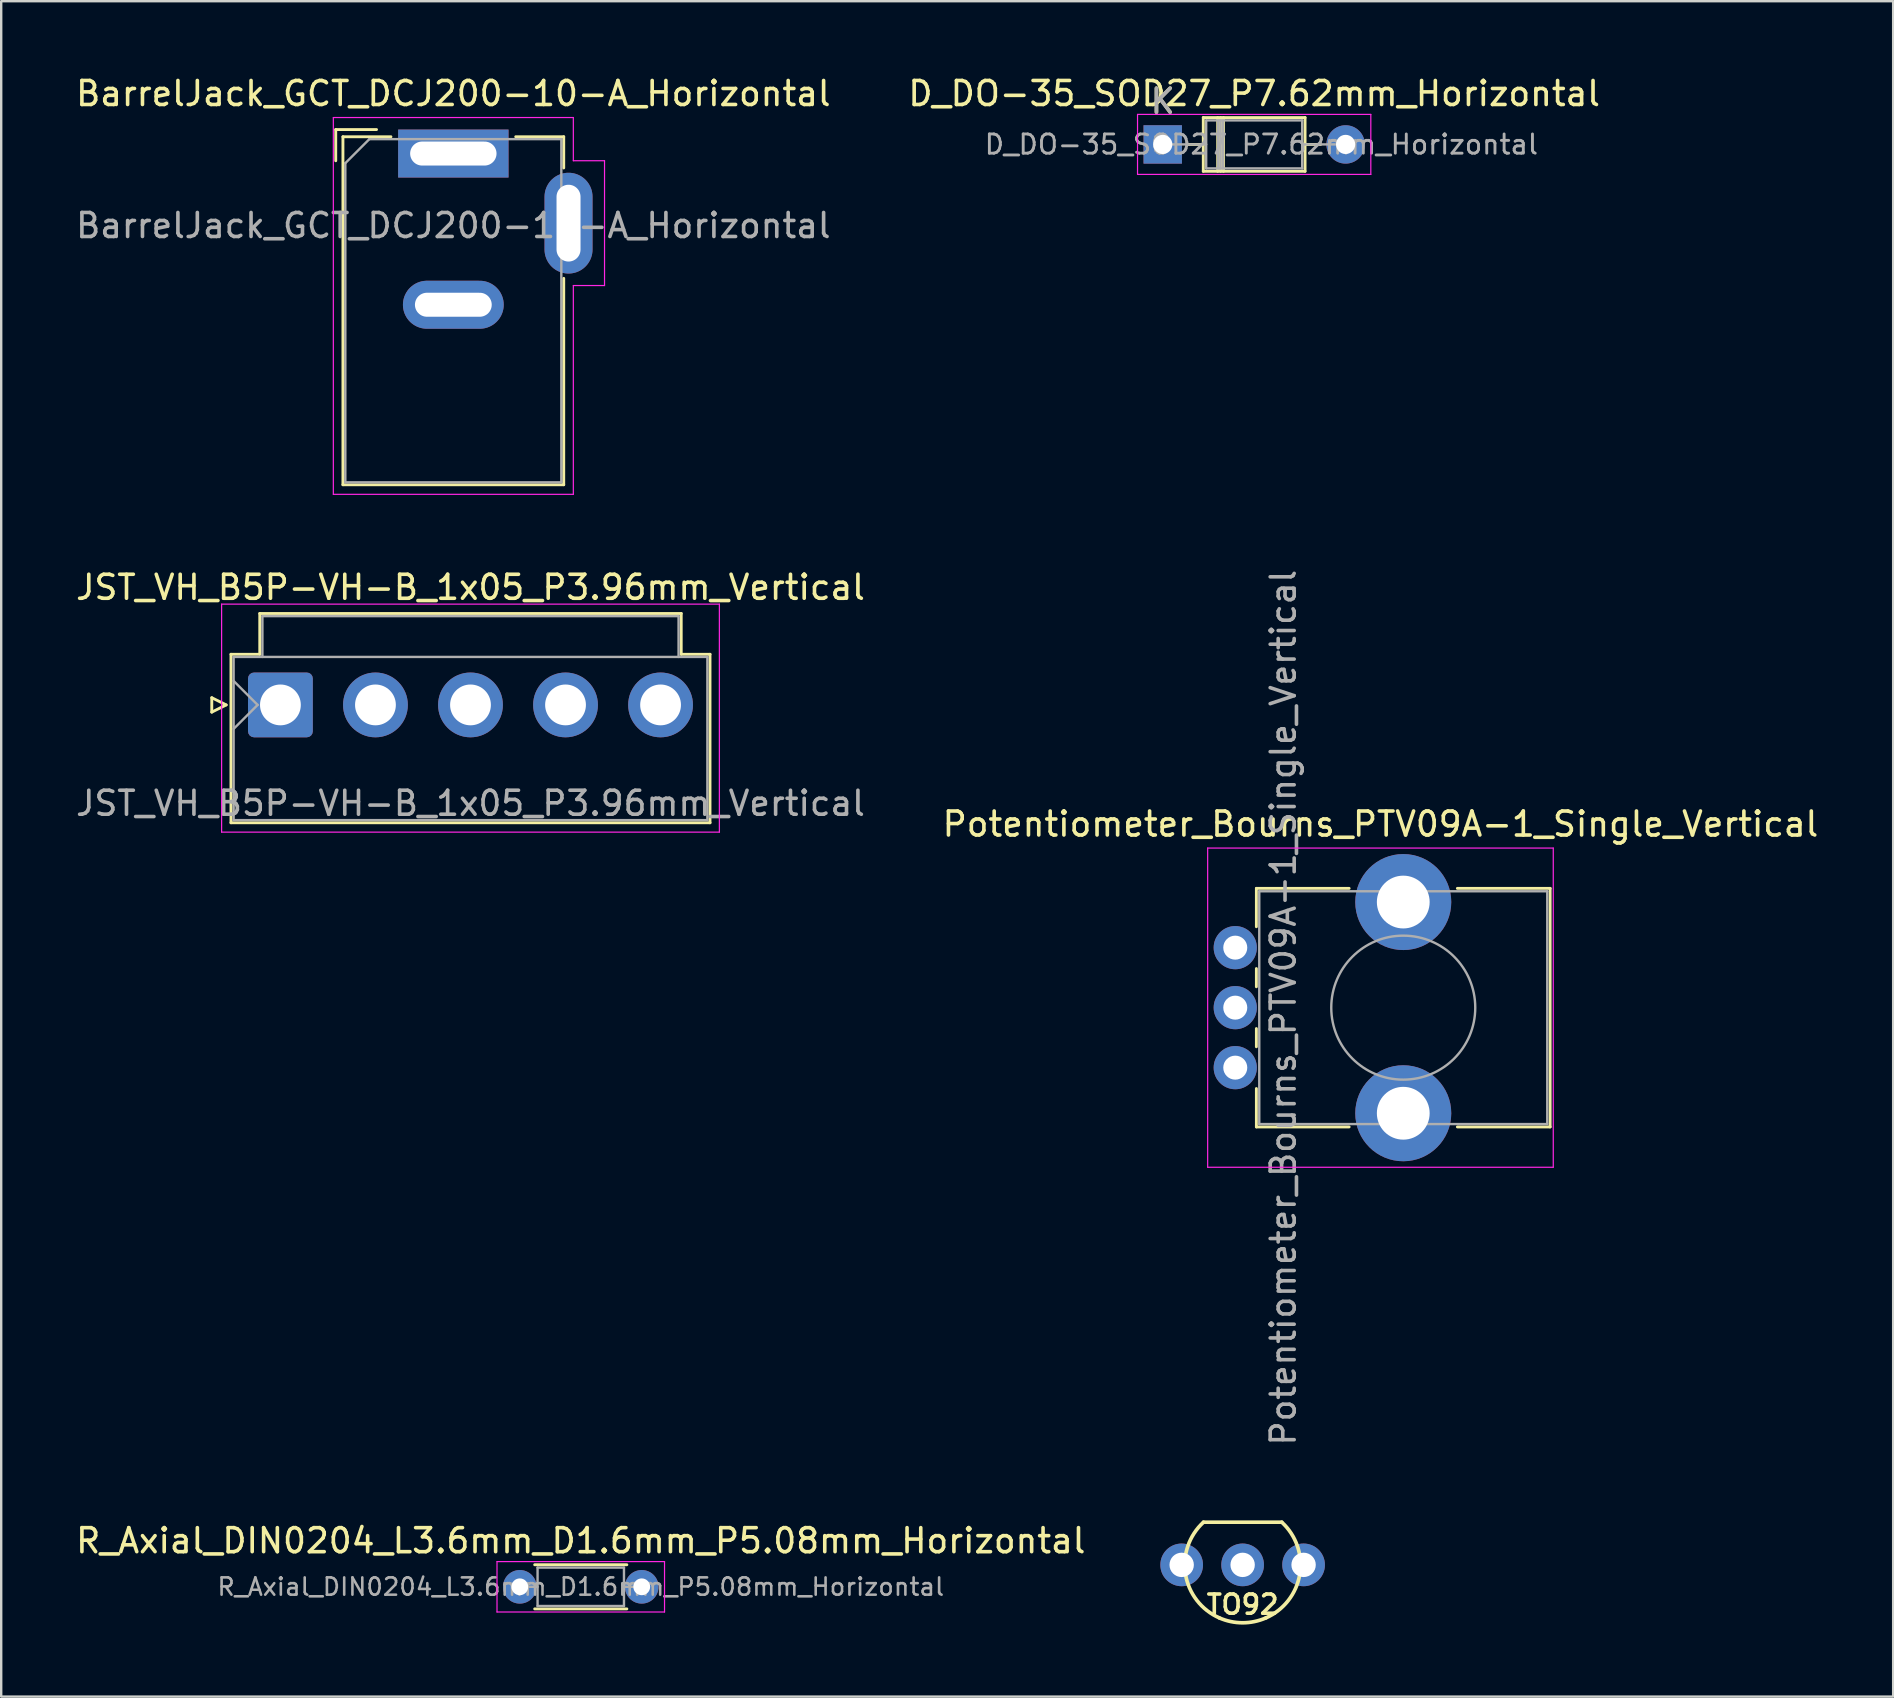
<source format=kicad_pcb>
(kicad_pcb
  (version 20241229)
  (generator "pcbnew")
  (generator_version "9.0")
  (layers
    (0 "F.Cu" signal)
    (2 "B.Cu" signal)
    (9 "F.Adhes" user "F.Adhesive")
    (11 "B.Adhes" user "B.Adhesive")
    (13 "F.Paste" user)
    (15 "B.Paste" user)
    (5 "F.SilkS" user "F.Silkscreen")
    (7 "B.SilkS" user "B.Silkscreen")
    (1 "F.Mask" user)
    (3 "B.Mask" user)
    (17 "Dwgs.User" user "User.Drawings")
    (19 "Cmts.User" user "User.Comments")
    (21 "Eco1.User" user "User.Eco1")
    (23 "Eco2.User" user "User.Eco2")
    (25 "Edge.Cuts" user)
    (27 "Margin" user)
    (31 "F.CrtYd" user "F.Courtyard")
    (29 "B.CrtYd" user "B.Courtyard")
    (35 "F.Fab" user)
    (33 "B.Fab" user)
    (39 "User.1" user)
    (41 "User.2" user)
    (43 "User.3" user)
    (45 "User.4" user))
  (footprint "TO92"
    (layer "F.Cu")
    (at 48.727 62.154)
    (property "Reference" "TO92" (at 0 1.651 0) (layer "F.SilkS") (effects (font (size 0.8 0.8) (thickness 0.15))))
    (attr through_hole)
    (fp_line (start 1.631 -1.778) (end -1.631 -1.778) (stroke (width 0.152) (type solid)) (layer "F.SilkS"))
    (fp_arc (start -0.9689 2.209799) (mid -2.380095 0.395238) (end -1.631 -1.778) (stroke (width 0.1524) (type solid)) (layer "F.SilkS"))
    (fp_arc (start 0.9692 2.2098) (mid 0 2.412999) (end -0.9692 2.2098) (stroke (width 0.1524) (type solid)) (layer "F.SilkS"))
    (fp_arc (start 1.631001 -1.778) (mid 2.380096 0.395238) (end 0.9689 2.2098) (stroke (width 0.1524) (type solid)) (layer "F.SilkS"))
    (pad "1" thru_hole circle (at -2.54 0) (size 1.778 1.778) (drill 1.016) (layers "*.Cu" "*.Mask"))
    (pad "2" thru_hole circle (at 0 0) (size 1.778 1.778) (drill 1.016) (layers "*.Cu" "*.Mask"))
    (pad "3" thru_hole circle (at 2.54 0) (size 1.778 1.778) (drill 1.016) (layers "*.Cu" "*.Mask")))
  (footprint "Potentiometer_Bourns_PTV09A-1_Single_Vertical"
    (layer "F.Cu")
    (at 48.42 41.436)
    (property "Reference" "Potentiometer_Bourns_PTV09A-1_Single_Vertical" (at 6.05 -10.15 0) (layer "F.SilkS") (effects (font (size 1 1) (thickness 0.15))))
    (attr through_hole)
    (fp_line (start 0.88 -7.47) (end 0.88 -5.871) (stroke (width 0.12) (type solid)) (layer "F.SilkS"))
    (fp_line (start 0.88 -7.47) (end 4.745 -7.47) (stroke (width 0.12) (type solid)) (layer "F.SilkS"))
    (fp_line (start 0.88 -4.129) (end 0.88 -3.37) (stroke (width 0.12) (type solid)) (layer "F.SilkS"))
    (fp_line (start 0.88 -1.629) (end 0.88 -0.87) (stroke (width 0.12) (type solid)) (layer "F.SilkS"))
    (fp_line (start 0.88 0.87) (end 0.88 2.47) (stroke (width 0.12) (type solid)) (layer "F.SilkS"))
    (fp_line (start 0.88 2.47) (end 4.745 2.47) (stroke (width 0.12) (type solid)) (layer "F.SilkS"))
    (fp_line (start 9.255 -7.47) (end 13.12 -7.47) (stroke (width 0.12) (type solid)) (layer "F.SilkS"))
    (fp_line (start 9.255 2.47) (end 13.12 2.47) (stroke (width 0.12) (type solid)) (layer "F.SilkS"))
    (fp_line (start 13.12 -7.47) (end 13.12 2.47) (stroke (width 0.12) (type solid)) (layer "F.SilkS"))
    (fp_line (start -1.15 -9.15) (end -1.15 4.15) (stroke (width 0.05) (type solid)) (layer "F.CrtYd"))
    (fp_line (start -1.15 4.15) (end 13.25 4.15) (stroke (width 0.05) (type solid)) (layer "F.CrtYd"))
    (fp_line (start 13.25 -9.15) (end -1.15 -9.15) (stroke (width 0.05) (type solid)) (layer "F.CrtYd"))
    (fp_line (start 13.25 4.15) (end 13.25 -9.15) (stroke (width 0.05) (type solid)) (layer "F.CrtYd"))
    (fp_line (start 1 -7.35) (end 1 2.35) (stroke (width 0.1) (type solid)) (layer "F.Fab"))
    (fp_line (start 1 2.35) (end 13 2.35) (stroke (width 0.1) (type solid)) (layer "F.Fab"))
    (fp_line (start 13 -7.35) (end 1 -7.35) (stroke (width 0.1) (type solid)) (layer "F.Fab"))
    (fp_line (start 13 2.35) (end 13 -7.35) (stroke (width 0.1) (type solid)) (layer "F.Fab"))
    (fp_circle (center 7 -2.5) (end 10 -2.5) (stroke (width 0.1) (type solid)) (fill no) (layer "F.Fab"))
    (fp_text user "${REFERENCE}" (at 2 -2.5 90) (layer "F.Fab") (effects (font (size 1 1) (thickness 0.15))))
    (pad "" np_thru_hole circle (at 7 -6.9) (size 4 4) (drill 2.2) (layers "*.Cu" "*.Mask"))
    (pad "" np_thru_hole circle (at 7 1.9) (size 4 4) (drill 2.2) (layers "*.Cu" "*.Mask"))
    (pad "1" thru_hole circle (at 0 0) (size 1.8 1.8) (drill 1) (layers "*.Cu" "*.Mask"))
    (pad "2" thru_hole circle (at 0 -2.5) (size 1.8 1.8) (drill 1) (layers "*.Cu" "*.Mask"))
    (pad "3" thru_hole circle (at 0 -5) (size 1.8 1.8) (drill 1) (layers "*.Cu" "*.Mask")))
  (footprint "BarrelJack_GCT_DCJ200-10-A_Horizontal"
    (layer "F.Cu")
    (at 15.839 3.348)
    (property "Reference" "BarrelJack_GCT_DCJ200-10-A_Horizontal" (at 0 -2.5 0) (layer "F.SilkS") (effects (font (size 1 1) (thickness 0.15))))
    (attr through_hole)
    (fp_line (start -4.9 -1) (end -4.9 0.3) (stroke (width 0.12) (type solid)) (layer "F.SilkS"))
    (fp_line (start -4.6 -0.7) (end -2.6 -0.7) (stroke (width 0.12) (type solid)) (layer "F.SilkS"))
    (fp_line (start -4.6 13.8) (end -4.6 -0.7) (stroke (width 0.12) (type solid)) (layer "F.SilkS"))
    (fp_line (start -3.2 -1) (end -4.9 -1) (stroke (width 0.12) (type solid)) (layer "F.SilkS"))
    (fp_line (start 2.6 -0.7) (end 4.6 -0.7) (stroke (width 0.12) (type solid)) (layer "F.SilkS"))
    (fp_line (start 4.6 -0.7) (end 4.6 0.6) (stroke (width 0.12) (type solid)) (layer "F.SilkS"))
    (fp_line (start 4.6 5.2) (end 4.6 13.8) (stroke (width 0.12) (type solid)) (layer "F.SilkS"))
    (fp_line (start 4.6 13.8) (end -4.6 13.8) (stroke (width 0.12) (type solid)) (layer "F.SilkS"))
    (fp_line (start -5 -1.5) (end -5 14.2) (stroke (width 0.05) (type solid)) (layer "F.CrtYd"))
    (fp_line (start -5 14.2) (end 5 14.2) (stroke (width 0.05) (type solid)) (layer "F.CrtYd"))
    (fp_line (start 5 -1.5) (end -5 -1.5) (stroke (width 0.05) (type solid)) (layer "F.CrtYd"))
    (fp_line (start 5 0.3) (end 5 -1.5) (stroke (width 0.05) (type solid)) (layer "F.CrtYd"))
    (fp_line (start 5 14.2) (end 5 5.5) (stroke (width 0.05) (type solid)) (layer "F.CrtYd"))
    (fp_line (start 6.3 0.3) (end 5 0.3) (stroke (width 0.05) (type solid)) (layer "F.CrtYd"))
    (fp_line (start 6.3 0.3) (end 6.3 5.5) (stroke (width 0.05) (type solid)) (layer "F.CrtYd"))
    (fp_line (start 6.3 5.5) (end 5 5.5) (stroke (width 0.05) (type solid)) (layer "F.CrtYd"))
    (fp_line (start -4.5 0.4) (end -3.5 -0.6) (stroke (width 0.1) (type solid)) (layer "F.Fab"))
    (fp_line (start -4.5 13.7) (end -4.5 0.4) (stroke (width 0.1) (type solid)) (layer "F.Fab"))
    (fp_line (start 4.5 -0.6) (end -3.5 -0.6) (stroke (width 0.1) (type solid)) (layer "F.Fab"))
    (fp_line (start 4.5 -0.6) (end 4.5 13.7) (stroke (width 0.1) (type solid)) (layer "F.Fab"))
    (fp_line (start 4.5 13.7) (end -4.5 13.7) (stroke (width 0.1) (type solid)) (layer "F.Fab"))
    (fp_text user "${REFERENCE}" (at 0 3 0) (layer "F.Fab") (effects (font (size 1 1) (thickness 0.15))))
    (pad "1" thru_hole rect (at 0 0) (size 4.6 2) (drill oval 3.6 1) (layers "*.Cu" "*.Mask"))
    (pad "2" thru_hole oval (at 0 6.3) (size 4.2 2) (drill oval 3.2 1) (layers "*.Cu" "*.Mask"))
    (pad "3" thru_hole oval (at 4.8 2.9) (size 2 4.2) (drill oval 1 3.2) (layers "*.Cu" "*.Mask")))
  (footprint "JST_VH_B5P-VH-B_1x05_P3.96mm_Vertical"
    (layer "F.Cu")
    (at 8.634 26.322)
    (property "Reference" "JST_VH_B5P-VH-B_1x05_P3.96mm_Vertical" (at 7.92 -4.9 0) (layer "F.SilkS") (effects (font (size 1 1) (thickness 0.15))))
    (attr through_hole)
    (fp_line (start -2.86 -0.3) (end -2.26 0) (stroke (width 0.12) (type solid)) (layer "F.SilkS"))
    (fp_line (start -2.86 0.3) (end -2.86 -0.3) (stroke (width 0.12) (type solid)) (layer "F.SilkS"))
    (fp_line (start -2.26 0) (end -2.86 0.3) (stroke (width 0.12) (type solid)) (layer "F.SilkS"))
    (fp_line (start -2.06 -2.11) (end -0.86 -2.11) (stroke (width 0.12) (type solid)) (layer "F.SilkS"))
    (fp_line (start -2.06 4.91) (end -2.06 -2.11) (stroke (width 0.12) (type solid)) (layer "F.SilkS"))
    (fp_line (start -0.86 -3.81) (end 16.7 -3.81) (stroke (width 0.12) (type solid)) (layer "F.SilkS"))
    (fp_line (start -0.86 -2.11) (end -0.86 -3.81) (stroke (width 0.12) (type solid)) (layer "F.SilkS"))
    (fp_line (start 16.7 -3.81) (end 16.7 -2.11) (stroke (width 0.12) (type solid)) (layer "F.SilkS"))
    (fp_line (start 16.7 -2.11) (end 17.9 -2.11) (stroke (width 0.12) (type solid)) (layer "F.SilkS"))
    (fp_line (start 17.9 -2.11) (end 17.9 4.91) (stroke (width 0.12) (type solid)) (layer "F.SilkS"))
    (fp_line (start 17.9 4.91) (end -2.06 4.91) (stroke (width 0.12) (type solid)) (layer "F.SilkS"))
    (fp_line (start -2.45 -4.2) (end -2.45 5.3) (stroke (width 0.05) (type solid)) (layer "F.CrtYd"))
    (fp_line (start -2.45 5.3) (end 18.29 5.3) (stroke (width 0.05) (type solid)) (layer "F.CrtYd"))
    (fp_line (start 18.29 -4.2) (end -2.45 -4.2) (stroke (width 0.05) (type solid)) (layer "F.CrtYd"))
    (fp_line (start 18.29 5.3) (end 18.29 -4.2) (stroke (width 0.05) (type solid)) (layer "F.CrtYd"))
    (fp_line (start -1.95 -2) (end -1.95 4.8) (stroke (width 0.1) (type solid)) (layer "F.Fab"))
    (fp_line (start -1.95 -1) (end -0.95 0) (stroke (width 0.1) (type solid)) (layer "F.Fab"))
    (fp_line (start -1.95 1) (end -0.95 0) (stroke (width 0.1) (type solid)) (layer "F.Fab"))
    (fp_line (start -1.95 4.8) (end 17.79 4.8) (stroke (width 0.1) (type solid)) (layer "F.Fab"))
    (fp_line (start -0.75 -3.7) (end 16.59 -3.7) (stroke (width 0.1) (type solid)) (layer "F.Fab"))
    (fp_line (start -0.75 -2) (end -0.75 -3.7) (stroke (width 0.1) (type solid)) (layer "F.Fab"))
    (fp_line (start 16.59 -3.7) (end 16.59 -2) (stroke (width 0.1) (type solid)) (layer "F.Fab"))
    (fp_line (start 17.79 -2) (end -1.95 -2) (stroke (width 0.1) (type solid)) (layer "F.Fab"))
    (fp_line (start 17.79 4.8) (end 17.79 -2) (stroke (width 0.1) (type solid)) (layer "F.Fab"))
    (fp_text user "${REFERENCE}" (at 7.92 4.1 0) (layer "F.Fab") (effects (font (size 1 1) (thickness 0.15))))
    (pad "1" thru_hole roundrect (at 0 0) (size 2.7 2.7) (drill 1.7) (layers "*.Cu" "*.Mask") (roundrect_rratio 0.093))
    (pad "2" thru_hole circle (at 3.96 0) (size 2.7 2.7) (drill 1.7) (layers "*.Cu" "*.Mask"))
    (pad "3" thru_hole circle (at 7.92 0) (size 2.7 2.7) (drill 1.7) (layers "*.Cu" "*.Mask"))
    (pad "4" thru_hole circle (at 11.88 0) (size 2.7 2.7) (drill 1.7) (layers "*.Cu" "*.Mask"))
    (pad "5" thru_hole circle (at 15.84 0) (size 2.7 2.7) (drill 1.7) (layers "*.Cu" "*.Mask")))
  (footprint "R_Axial_DIN0204_L3.6mm_D1.6mm_P5.08mm_Horizontal"
    (layer "F.Cu")
    (at 18.609 63.068)
    (property "Reference" "R_Axial_DIN0204_L3.6mm_D1.6mm_P5.08mm_Horizontal" (at 2.54 -1.92 0) (layer "F.SilkS") (effects (font (size 1 1) (thickness 0.15))))
    (attr through_hole)
    (fp_line (start 0.62 -0.92) (end 4.46 -0.92) (stroke (width 0.12) (type solid)) (layer "F.SilkS"))
    (fp_line (start 0.62 0.92) (end 4.46 0.92) (stroke (width 0.12) (type solid)) (layer "F.SilkS"))
    (fp_line (start -0.95 -1.05) (end -0.95 1.05) (stroke (width 0.05) (type solid)) (layer "F.CrtYd"))
    (fp_line (start -0.95 1.05) (end 6.03 1.05) (stroke (width 0.05) (type solid)) (layer "F.CrtYd"))
    (fp_line (start 6.03 -1.05) (end -0.95 -1.05) (stroke (width 0.05) (type solid)) (layer "F.CrtYd"))
    (fp_line (start 6.03 1.05) (end 6.03 -1.05) (stroke (width 0.05) (type solid)) (layer "F.CrtYd"))
    (fp_line (start 0 0) (end 0.74 0) (stroke (width 0.1) (type solid)) (layer "F.Fab"))
    (fp_line (start 0.74 -0.8) (end 0.74 0.8) (stroke (width 0.1) (type solid)) (layer "F.Fab"))
    (fp_line (start 0.74 0.8) (end 4.34 0.8) (stroke (width 0.1) (type solid)) (layer "F.Fab"))
    (fp_line (start 4.34 -0.8) (end 0.74 -0.8) (stroke (width 0.1) (type solid)) (layer "F.Fab"))
    (fp_line (start 4.34 0.8) (end 4.34 -0.8) (stroke (width 0.1) (type solid)) (layer "F.Fab"))
    (fp_line (start 5.08 0) (end 4.34 0) (stroke (width 0.1) (type solid)) (layer "F.Fab"))
    (fp_text user "${REFERENCE}" (at 2.54 0 0) (layer "F.Fab") (effects (font (size 0.72 0.72) (thickness 0.108))))
    (pad "1" thru_hole circle (at 0 0) (size 1.4 1.4) (drill 0.7) (layers "*.Cu" "*.Mask"))
    (pad "2" thru_hole oval (at 5.08 0) (size 1.4 1.4) (drill 0.7) (layers "*.Cu" "*.Mask")))
  (footprint "D_DO-35_SOD27_P7.62mm_Horizontal"
    (layer "F.Cu")
    (at 45.398 2.968)
    (property "Reference" "D_DO-35_SOD27_P7.62mm_Horizontal" (at 3.81 -2.12 0) (layer "F.SilkS") (effects (font (size 1 1) (thickness 0.15))))
    (attr through_hole)
    (fp_line (start 1.04 0) (end 1.69 0) (stroke (width 0.12) (type solid)) (layer "F.SilkS"))
    (fp_line (start 1.69 -1.12) (end 1.69 1.12) (stroke (width 0.12) (type solid)) (layer "F.SilkS"))
    (fp_line (start 1.69 1.12) (end 5.93 1.12) (stroke (width 0.12) (type solid)) (layer "F.SilkS"))
    (fp_line (start 2.29 -1.12) (end 2.29 1.12) (stroke (width 0.12) (type solid)) (layer "F.SilkS"))
    (fp_line (start 2.41 -1.12) (end 2.41 1.12) (stroke (width 0.12) (type solid)) (layer "F.SilkS"))
    (fp_line (start 2.53 -1.12) (end 2.53 1.12) (stroke (width 0.12) (type solid)) (layer "F.SilkS"))
    (fp_line (start 5.93 -1.12) (end 1.69 -1.12) (stroke (width 0.12) (type solid)) (layer "F.SilkS"))
    (fp_line (start 5.93 1.12) (end 5.93 -1.12) (stroke (width 0.12) (type solid)) (layer "F.SilkS"))
    (fp_line (start 6.58 0) (end 5.93 0) (stroke (width 0.12) (type solid)) (layer "F.SilkS"))
    (fp_line (start -1.05 -1.25) (end -1.05 1.25) (stroke (width 0.05) (type solid)) (layer "F.CrtYd"))
    (fp_line (start -1.05 1.25) (end 8.67 1.25) (stroke (width 0.05) (type solid)) (layer "F.CrtYd"))
    (fp_line (start 8.67 -1.25) (end -1.05 -1.25) (stroke (width 0.05) (type solid)) (layer "F.CrtYd"))
    (fp_line (start 8.67 1.25) (end 8.67 -1.25) (stroke (width 0.05) (type solid)) (layer "F.CrtYd"))
    (fp_line (start 0 0) (end 1.81 0) (stroke (width 0.1) (type solid)) (layer "F.Fab"))
    (fp_line (start 1.81 -1) (end 1.81 1) (stroke (width 0.1) (type solid)) (layer "F.Fab"))
    (fp_line (start 1.81 1) (end 5.81 1) (stroke (width 0.1) (type solid)) (layer "F.Fab"))
    (fp_line (start 2.31 -1) (end 2.31 1) (stroke (width 0.1) (type solid)) (layer "F.Fab"))
    (fp_line (start 2.41 -1) (end 2.41 1) (stroke (width 0.1) (type solid)) (layer "F.Fab"))
    (fp_line (start 2.51 -1) (end 2.51 1) (stroke (width 0.1) (type solid)) (layer "F.Fab"))
    (fp_line (start 5.81 -1) (end 1.81 -1) (stroke (width 0.1) (type solid)) (layer "F.Fab"))
    (fp_line (start 5.81 1) (end 5.81 -1) (stroke (width 0.1) (type solid)) (layer "F.Fab"))
    (fp_line (start 7.62 0) (end 5.81 0) (stroke (width 0.1) (type solid)) (layer "F.Fab"))
    (fp_text user "K" (at 0 -1.8 0) (layer "F.SilkS") (effects (font (size 1 1) (thickness 0.15))))
    (fp_text user "K" (at 0 -1.8 0) (layer "F.Fab") (effects (font (size 1 1) (thickness 0.15))))
    (fp_text user "${REFERENCE}" (at 4.11 0 0) (layer "F.Fab") (effects (font (size 0.8 0.8) (thickness 0.12))))
    (pad "1" thru_hole rect (at 0 0) (size 1.6 1.6) (drill 0.8) (layers "*.Cu" "*.Mask"))
    (pad "2" thru_hole oval (at 7.62 0) (size 1.6 1.6) (drill 0.8) (layers "*.Cu" "*.Mask")))
  (gr_rect
    (start -3 -3)
    (end 75.833 67.643)
    (stroke (width 0.1) (type default))
    (fill no)
    (layer "Edge.Cuts")))
</source>
